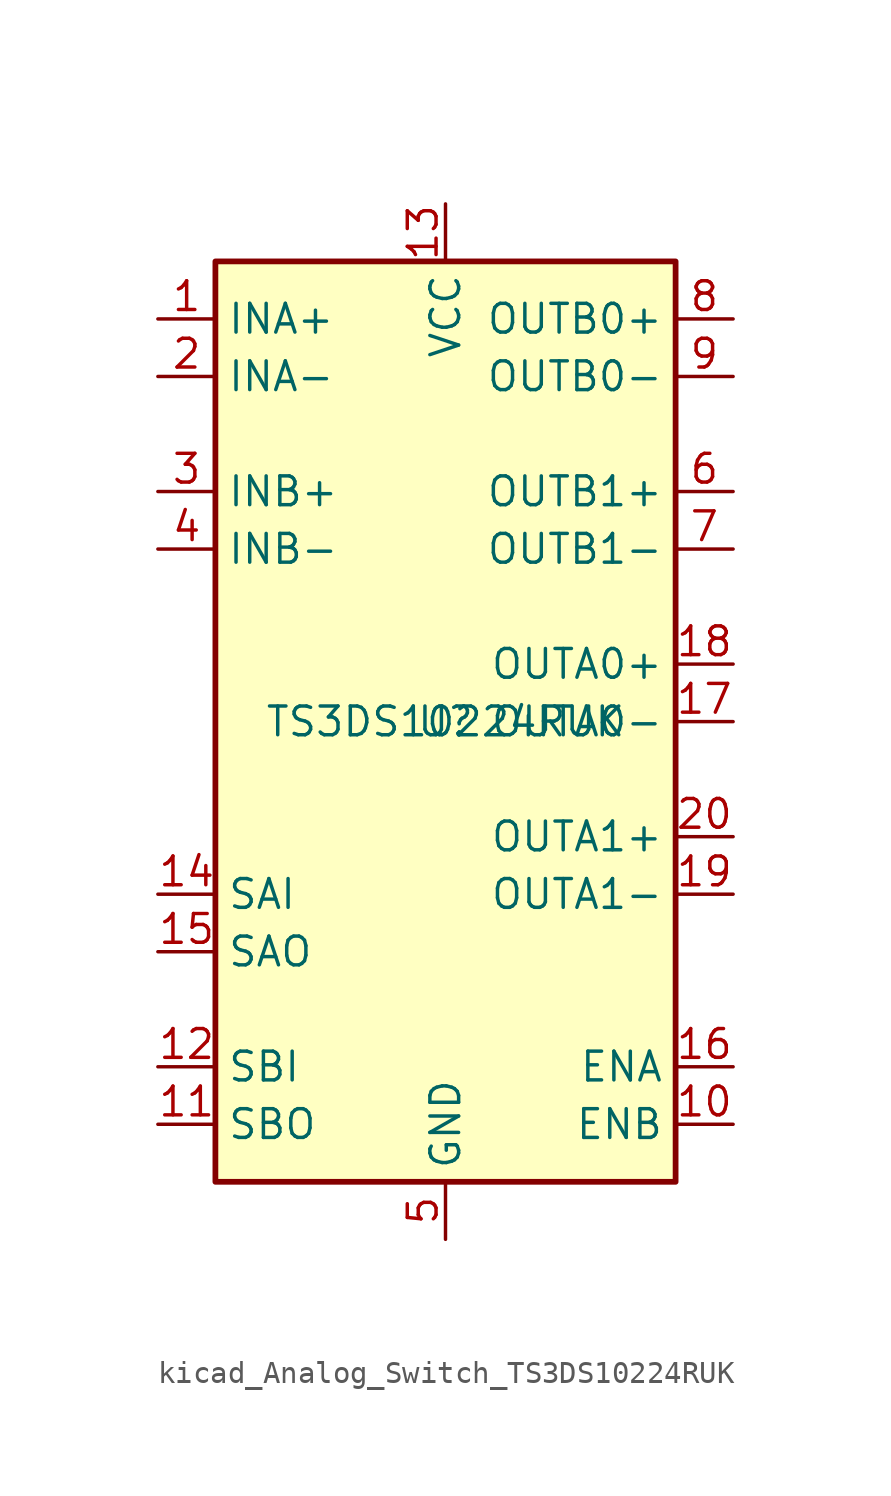
<source format=kicad_sym>
(kicad_symbol_lib
  (version 20220914)
  (generator kicad_symbol_editor)
  (symbol "kicad_Analog_Switch_TS3DS10224RUK"
    (property "Reference" "U"
      (at 0 0 0)
      (effects (font (size 1.27 1.27))))
    (property "Value" "TS3DS10224RUK"
      (at 0 0 0)
      (effects (font (size 1.27 1.27))))
    (symbol "kicad_Analog_Switch_TS3DS10224RUK_0_1"
      (rectangle (start -10.16 20.32) (end 10.16 -20.32) (stroke (width 0.254) (type default)) (fill (type background))))
    (symbol "kicad_Analog_Switch_TS3DS10224RUK_1_1"
      (pin bidirectional line (at -12.7 17.78 0) (length 2.54) (name "INA+" (effects (font (size 1.27 1.27)))) (number "1" (effects (font (size 1.27 1.27)))))
      (pin input line (at 12.7 -17.78 180) (length 2.54) (name "ENB" (effects (font (size 1.27 1.27)))) (number "10" (effects (font (size 1.27 1.27)))))
      (pin input line (at -12.7 -17.78 0) (length 2.54) (name "SBO" (effects (font (size 1.27 1.27)))) (number "11" (effects (font (size 1.27 1.27)))))
      (pin input line (at -12.7 -15.24 0) (length 2.54) (name "SBI" (effects (font (size 1.27 1.27)))) (number "12" (effects (font (size 1.27 1.27)))))
      (pin power_in line (at 0 22.86 270) (length 2.54) (name "VCC" (effects (font (size 1.27 1.27)))) (number "13" (effects (font (size 1.27 1.27)))))
      (pin input line (at -12.7 -7.62 0) (length 2.54) (name "SAI" (effects (font (size 1.27 1.27)))) (number "14" (effects (font (size 1.27 1.27)))))
      (pin input line (at -12.7 -10.16 0) (length 2.54) (name "SAO" (effects (font (size 1.27 1.27)))) (number "15" (effects (font (size 1.27 1.27)))))
      (pin input line (at 12.7 -15.24 180) (length 2.54) (name "ENA" (effects (font (size 1.27 1.27)))) (number "16" (effects (font (size 1.27 1.27)))))
      (pin bidirectional line (at 12.7 0 180) (length 2.54) (name "OUTA0-" (effects (font (size 1.27 1.27)))) (number "17" (effects (font (size 1.27 1.27)))))
      (pin bidirectional line (at 12.7 2.54 180) (length 2.54) (name "OUTA0+" (effects (font (size 1.27 1.27)))) (number "18" (effects (font (size 1.27 1.27)))))
      (pin bidirectional line (at 12.7 -7.62 180) (length 2.54) (name "OUTA1-" (effects (font (size 1.27 1.27)))) (number "19" (effects (font (size 1.27 1.27)))))
      (pin bidirectional line (at -12.7 15.24 0) (length 2.54) (name "INA-" (effects (font (size 1.27 1.27)))) (number "2" (effects (font (size 1.27 1.27)))))
      (pin bidirectional line (at 12.7 -5.08 180) (length 2.54) (name "OUTA1+" (effects (font (size 1.27 1.27)))) (number "20" (effects (font (size 1.27 1.27)))))
      (pin bidirectional line (at -12.7 10.16 0) (length 2.54) (name "INB+" (effects (font (size 1.27 1.27)))) (number "3" (effects (font (size 1.27 1.27)))))
      (pin bidirectional line (at -12.7 7.62 0) (length 2.54) (name "INB-" (effects (font (size 1.27 1.27)))) (number "4" (effects (font (size 1.27 1.27)))))
      (pin power_in line (at 0 -22.86 90) (length 2.54) (name "GND" (effects (font (size 1.27 1.27)))) (number "5" (effects (font (size 1.27 1.27)))))
      (pin bidirectional line (at 12.7 10.16 180) (length 2.54) (name "OUTB1+" (effects (font (size 1.27 1.27)))) (number "6" (effects (font (size 1.27 1.27)))))
      (pin bidirectional line (at 12.7 7.62 180) (length 2.54) (name "OUTB1-" (effects (font (size 1.27 1.27)))) (number "7" (effects (font (size 1.27 1.27)))))
      (pin bidirectional line (at 12.7 17.78 180) (length 2.54) (name "OUTB0+" (effects (font (size 1.27 1.27)))) (number "8" (effects (font (size 1.27 1.27)))))
      (pin bidirectional line (at 12.7 15.24 180) (length 2.54) (name "OUTB0-" (effects (font (size 1.27 1.27)))) (number "9" (effects (font (size 1.27 1.27))))))))
</source>
